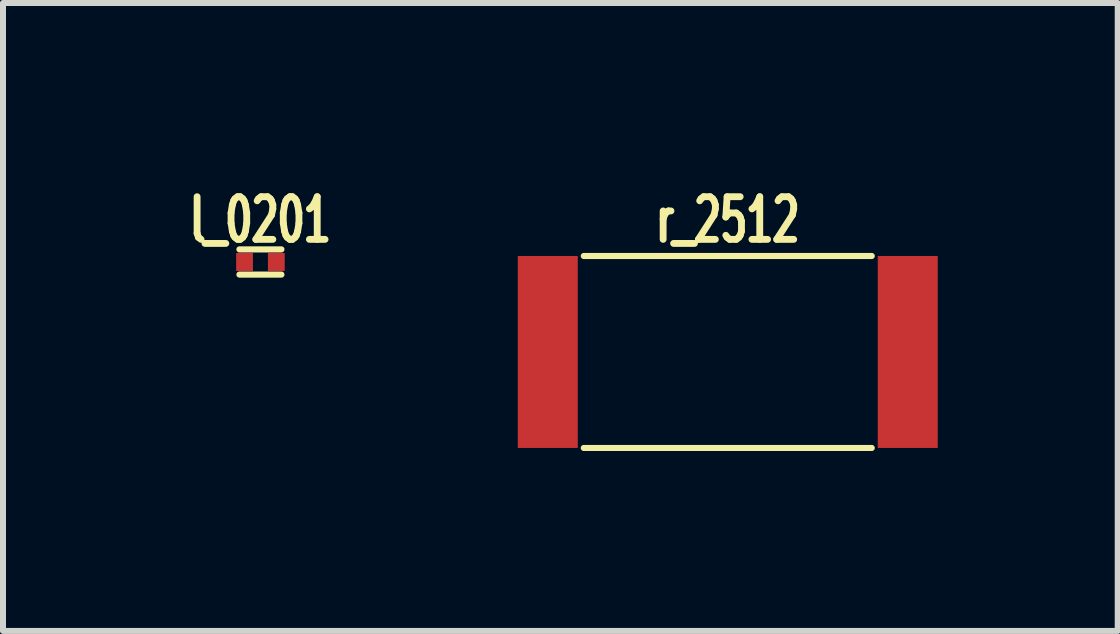
<source format=kicad_pcb>
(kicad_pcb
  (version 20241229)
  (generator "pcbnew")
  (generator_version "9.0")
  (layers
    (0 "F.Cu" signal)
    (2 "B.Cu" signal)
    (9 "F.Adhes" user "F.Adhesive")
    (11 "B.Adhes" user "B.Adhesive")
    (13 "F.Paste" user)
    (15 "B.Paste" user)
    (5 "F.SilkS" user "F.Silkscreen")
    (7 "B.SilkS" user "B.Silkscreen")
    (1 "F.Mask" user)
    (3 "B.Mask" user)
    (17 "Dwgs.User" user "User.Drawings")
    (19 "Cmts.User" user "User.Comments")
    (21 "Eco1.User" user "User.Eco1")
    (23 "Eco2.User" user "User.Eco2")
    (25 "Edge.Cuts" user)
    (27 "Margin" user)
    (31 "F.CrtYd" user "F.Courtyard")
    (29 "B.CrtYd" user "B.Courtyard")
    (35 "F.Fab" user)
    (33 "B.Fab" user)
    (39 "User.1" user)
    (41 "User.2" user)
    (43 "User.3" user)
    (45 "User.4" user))
  (footprint "r_2512"
    (layer "F.Cu")
    (at 9.081 2.817)
    (property "Reference" "r_2512" (at 0 -2.2 0) (layer "F.SilkS") (effects (font (size 0.711 0.457) (thickness 0.114))))
    (attr smd)
    (fp_line (start -2.4 -1.6) (end 2.4 -1.6) (stroke (width 0.102) (type solid)) (layer "F.SilkS"))
    (fp_line (start 2.4 1.6) (end -2.4 1.6) (stroke (width 0.102) (type solid)) (layer "F.SilkS"))
    (pad "1" smd rect (at -3 0) (size 1 3.2) (layers "F.Cu" "F.Mask" "F.Paste"))
    (pad "2" smd rect (at 3 0) (size 1 3.2) (layers "F.Cu" "F.Mask" "F.Paste")))
  (footprint "l_0201"
    (layer "F.Cu")
    (at 1.291 1.317)
    (property "Reference" "l_0201" (at 0 -0.7 0) (layer "F.SilkS") (effects (font (size 0.711 0.457) (thickness 0.114))))
    (attr through_hole)
    (fp_line (start -0.35 -0.21) (end 0.35 -0.21) (stroke (width 0.102) (type solid)) (layer "F.SilkS"))
    (fp_line (start -0.35 0.21) (end 0.35 0.21) (stroke (width 0.102) (type solid)) (layer "F.SilkS"))
    (pad "1" smd rect (at -0.265 0) (size 0.28 0.3) (layers "F.Cu" "F.Mask" "F.Paste"))
    (pad "2" smd rect (at 0.265 0) (size 0.28 0.3) (layers "F.Cu" "F.Mask" "F.Paste")))
  (gr_rect
    (start -3 -3)
    (end 15.581 7.467)
    (stroke (width 0.1) (type default))
    (fill no)
    (layer "Edge.Cuts")))
</source>
